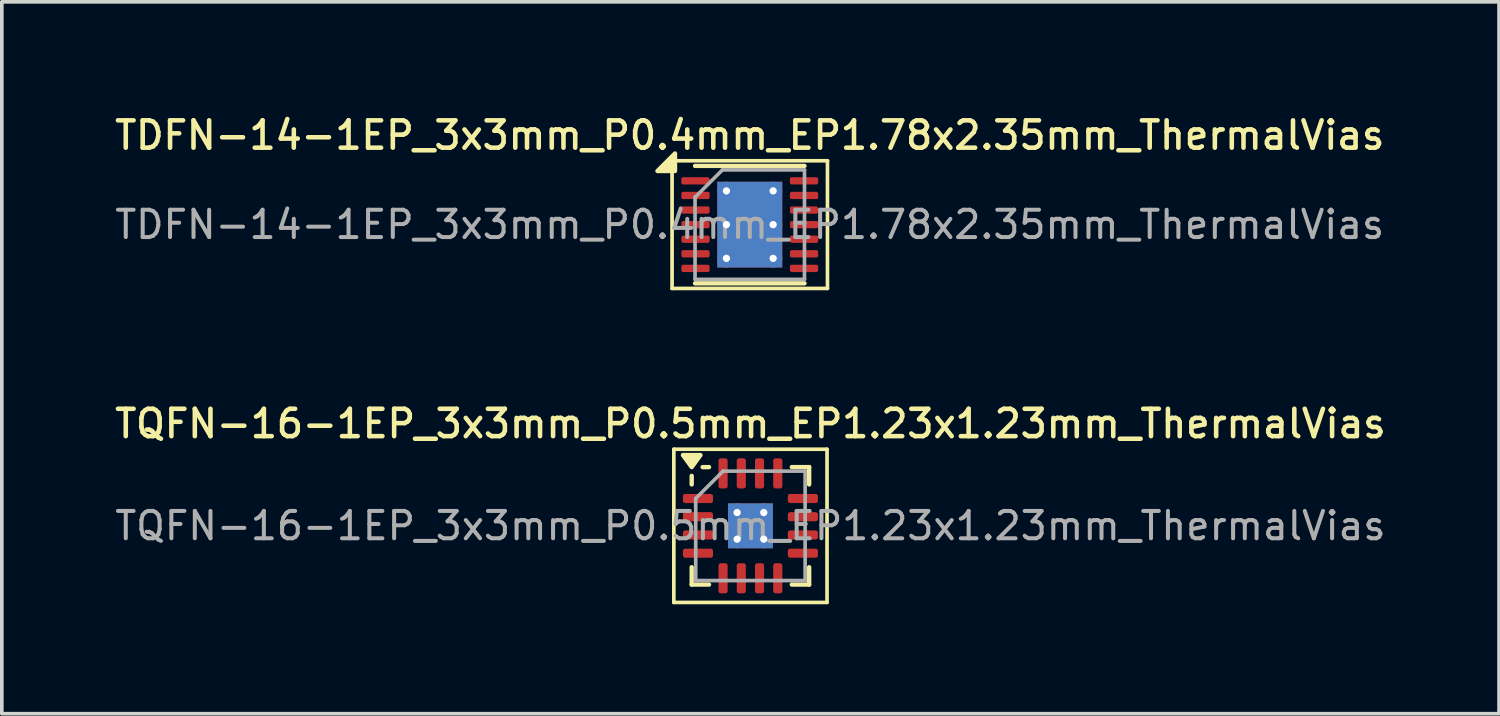
<source format=kicad_pcb>
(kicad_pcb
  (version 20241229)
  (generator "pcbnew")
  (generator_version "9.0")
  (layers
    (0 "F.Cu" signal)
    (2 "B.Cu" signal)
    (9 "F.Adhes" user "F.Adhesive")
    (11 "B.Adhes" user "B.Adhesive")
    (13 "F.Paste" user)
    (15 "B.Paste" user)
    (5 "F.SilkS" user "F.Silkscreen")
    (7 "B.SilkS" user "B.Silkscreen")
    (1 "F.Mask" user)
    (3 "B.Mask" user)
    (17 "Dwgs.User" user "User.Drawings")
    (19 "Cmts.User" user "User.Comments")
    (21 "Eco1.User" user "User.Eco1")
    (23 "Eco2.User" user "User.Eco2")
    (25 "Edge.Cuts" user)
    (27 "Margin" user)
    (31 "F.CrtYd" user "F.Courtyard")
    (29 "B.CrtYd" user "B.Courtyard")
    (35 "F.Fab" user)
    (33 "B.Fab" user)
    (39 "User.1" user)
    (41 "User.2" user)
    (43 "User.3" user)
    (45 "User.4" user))
  (footprint "TQFN-16-1EP_3x3mm_P0.5mm_EP1.23x1.23mm_ThermalVias"
    (layer "F.Cu")
    (at 17.523 11.366)
    (property "Reference" "TQFN-16-1EP_3x3mm_P0.5mm_EP1.23x1.23mm_ThermalVias" (at 0 -2.8 0) (layer "F.SilkS") (effects (font (size 0.75 0.75) (thickness 0.125))))
    (attr smd)
    (fp_line (start -2.1 -2.1) (end -2.1 2.1) (stroke (width 0.1) (type solid)) (layer "F.SilkS"))
    (fp_line (start -2.1 2.1) (end 2.1 2.1) (stroke (width 0.1) (type solid)) (layer "F.SilkS"))
    (fp_line (start -1.61 -1.135) (end -1.61 -1.37) (stroke (width 0.12) (type solid)) (layer "F.SilkS"))
    (fp_line (start -1.61 1.61) (end -1.61 1.135) (stroke (width 0.12) (type solid)) (layer "F.SilkS"))
    (fp_line (start -1.135 -1.61) (end -1.31 -1.61) (stroke (width 0.12) (type solid)) (layer "F.SilkS"))
    (fp_line (start -1.135 1.61) (end -1.61 1.61) (stroke (width 0.12) (type solid)) (layer "F.SilkS"))
    (fp_line (start 1.135 -1.61) (end 1.61 -1.61) (stroke (width 0.12) (type solid)) (layer "F.SilkS"))
    (fp_line (start 1.135 1.61) (end 1.61 1.61) (stroke (width 0.12) (type solid)) (layer "F.SilkS"))
    (fp_line (start 1.61 -1.61) (end 1.61 -1.135) (stroke (width 0.12) (type solid)) (layer "F.SilkS"))
    (fp_line (start 1.61 1.61) (end 1.61 1.135) (stroke (width 0.12) (type solid)) (layer "F.SilkS"))
    (fp_line (start 2.1 -2.1) (end -2.1 -2.1) (stroke (width 0.1) (type solid)) (layer "F.SilkS"))
    (fp_line (start 2.1 2.1) (end 2.1 -2.1) (stroke (width 0.1) (type solid)) (layer "F.SilkS"))
    (fp_poly (pts (xy -1.61 -1.61) (xy -1.85 -1.94) (xy -1.37 -1.94) (xy -1.61 -1.61)) (stroke (width 0.12) (type solid)) (fill yes) (layer "F.SilkS"))
    (fp_line (start -1.5 -0.75) (end -0.75 -1.5) (stroke (width 0.1) (type solid)) (layer "F.Fab"))
    (fp_line (start -1.5 1.5) (end -1.5 -0.75) (stroke (width 0.1) (type solid)) (layer "F.Fab"))
    (fp_line (start -0.75 -1.5) (end 1.5 -1.5) (stroke (width 0.1) (type solid)) (layer "F.Fab"))
    (fp_line (start 1.5 -1.5) (end 1.5 1.5) (stroke (width 0.1) (type solid)) (layer "F.Fab"))
    (fp_line (start 1.5 1.5) (end -1.5 1.5) (stroke (width 0.1) (type solid)) (layer "F.Fab"))
    (fp_text user "${REFERENCE}" (at 0 0 0) (layer "F.Fab") (effects (font (size 0.75 0.75) (thickness 0.11))))
    (pad "" smd roundrect (at -0.31 -0.31) (size 0.53 0.53) (layers "F.Paste") (roundrect_rratio 0.25))
    (pad "" smd roundrect (at -0.31 0.31) (size 0.53 0.53) (layers "F.Paste") (roundrect_rratio 0.25))
    (pad "" smd roundrect (at 0.31 -0.31) (size 0.53 0.53) (layers "F.Paste") (roundrect_rratio 0.25))
    (pad "" smd roundrect (at 0.31 0.31) (size 0.53 0.53) (layers "F.Paste") (roundrect_rratio 0.25))
    (pad "1" smd roundrect (at -1.438 -0.75) (size 0.825 0.25) (layers "F.Cu" "F.Mask" "F.Paste") (roundrect_rratio 0.25))
    (pad "2" smd roundrect (at -1.438 -0.25) (size 0.825 0.25) (layers "F.Cu" "F.Mask" "F.Paste") (roundrect_rratio 0.25))
    (pad "3" smd roundrect (at -1.438 0.25) (size 0.825 0.25) (layers "F.Cu" "F.Mask" "F.Paste") (roundrect_rratio 0.25))
    (pad "4" smd roundrect (at -1.438 0.75) (size 0.825 0.25) (layers "F.Cu" "F.Mask" "F.Paste") (roundrect_rratio 0.25))
    (pad "5" smd roundrect (at -0.75 1.438) (size 0.25 0.825) (layers "F.Cu" "F.Mask" "F.Paste") (roundrect_rratio 0.25))
    (pad "6" smd roundrect (at -0.25 1.438) (size 0.25 0.825) (layers "F.Cu" "F.Mask" "F.Paste") (roundrect_rratio 0.25))
    (pad "7" smd roundrect (at 0.25 1.438) (size 0.25 0.825) (layers "F.Cu" "F.Mask" "F.Paste") (roundrect_rratio 0.25))
    (pad "8" smd roundrect (at 0.75 1.438) (size 0.25 0.825) (layers "F.Cu" "F.Mask" "F.Paste") (roundrect_rratio 0.25))
    (pad "9" smd roundrect (at 1.438 0.75) (size 0.825 0.25) (layers "F.Cu" "F.Mask" "F.Paste") (roundrect_rratio 0.25))
    (pad "10" smd roundrect (at 1.438 0.25) (size 0.825 0.25) (layers "F.Cu" "F.Mask" "F.Paste") (roundrect_rratio 0.25))
    (pad "11" smd roundrect (at 1.438 -0.25) (size 0.825 0.25) (layers "F.Cu" "F.Mask" "F.Paste") (roundrect_rratio 0.25))
    (pad "12" smd roundrect (at 1.438 -0.75) (size 0.825 0.25) (layers "F.Cu" "F.Mask" "F.Paste") (roundrect_rratio 0.25))
    (pad "13" smd roundrect (at 0.75 -1.438) (size 0.25 0.825) (layers "F.Cu" "F.Mask" "F.Paste") (roundrect_rratio 0.25))
    (pad "14" smd roundrect (at 0.25 -1.438) (size 0.25 0.825) (layers "F.Cu" "F.Mask" "F.Paste") (roundrect_rratio 0.25))
    (pad "15" smd roundrect (at -0.25 -1.438) (size 0.25 0.825) (layers "F.Cu" "F.Mask" "F.Paste") (roundrect_rratio 0.25))
    (pad "16" smd roundrect (at -0.75 -1.438) (size 0.25 0.825) (layers "F.Cu" "F.Mask" "F.Paste") (roundrect_rratio 0.25))
    (pad "17" thru_hole circle (at -0.365 -0.365) (size 0.5 0.5) (drill 0.2) (property pad_prop_heatsink) (layers "*.Cu"))
    (pad "17" thru_hole circle (at -0.365 0.365) (size 0.5 0.5) (drill 0.2) (property pad_prop_heatsink) (layers "*.Cu"))
    (pad "17" smd rect (at 0 0) (size 1.23 1.23) (property pad_prop_heatsink) (layers "F.Cu" "F.Mask"))
    (pad "17" smd rect (at 0 0) (size 1.23 1.23) (property pad_prop_heatsink) (layers "B.Cu"))
    (pad "17" thru_hole circle (at 0.365 -0.365) (size 0.5 0.5) (drill 0.2) (property pad_prop_heatsink) (layers "*.Cu"))
    (pad "17" thru_hole circle (at 0.365 0.365) (size 0.5 0.5) (drill 0.2) (property pad_prop_heatsink) (layers "*.Cu")))
  (footprint "TDFN-14-1EP_3x3mm_P0.4mm_EP1.78x2.35mm_ThermalVias"
    (layer "F.Cu")
    (at 17.505 3.108)
    (property "Reference" "TDFN-14-1EP_3x3mm_P0.4mm_EP1.78x2.35mm_ThermalVias" (at 0 -2.45 0) (layer "F.SilkS") (effects (font (size 0.75 0.75) (thickness 0.125))))
    (attr smd)
    (fp_line (start -2.13 -1.75) (end -2.13 1.75) (stroke (width 0.1) (type solid)) (layer "F.SilkS"))
    (fp_line (start -2.13 1.75) (end 2.13 1.75) (stroke (width 0.1) (type solid)) (layer "F.SilkS"))
    (fp_line (start -1.5 -1.61) (end 1.5 -1.61) (stroke (width 0.12) (type solid)) (layer "F.SilkS"))
    (fp_line (start -1.5 1.61) (end 1.5 1.61) (stroke (width 0.12) (type solid)) (layer "F.SilkS"))
    (fp_line (start 2.13 -1.75) (end -2.13 -1.75) (stroke (width 0.1) (type solid)) (layer "F.SilkS"))
    (fp_line (start 2.13 1.75) (end 2.13 -1.75) (stroke (width 0.1) (type solid)) (layer "F.SilkS"))
    (fp_poly (pts (xy -2.05 -1.47) (xy -2.53 -1.47) (xy -2.05 -1.95) (xy -2.05 -1.47)) (stroke (width 0.12) (type solid)) (fill yes) (layer "F.SilkS"))
    (fp_line (start -1.5 -0.75) (end -0.75 -1.5) (stroke (width 0.1) (type solid)) (layer "F.Fab"))
    (fp_line (start -1.5 1.5) (end -1.5 -0.75) (stroke (width 0.1) (type solid)) (layer "F.Fab"))
    (fp_line (start -0.75 -1.5) (end 1.5 -1.5) (stroke (width 0.1) (type solid)) (layer "F.Fab"))
    (fp_line (start 1.5 -1.5) (end 1.5 1.5) (stroke (width 0.1) (type solid)) (layer "F.Fab"))
    (fp_line (start 1.5 1.5) (end -1.5 1.5) (stroke (width 0.1) (type solid)) (layer "F.Fab"))
    (fp_text user "${REFERENCE}" (at 0 0 0) (layer "F.Fab") (effects (font (size 0.75 0.75) (thickness 0.11))))
    (pad "" smd roundrect (at -0.445 -0.59) (size 0.77 1.02) (layers "F.Paste") (roundrect_rratio 0.25))
    (pad "" smd roundrect (at -0.445 0.59) (size 0.77 1.02) (layers "F.Paste") (roundrect_rratio 0.25))
    (pad "" smd roundrect (at 0.445 -0.59) (size 0.77 1.02) (layers "F.Paste") (roundrect_rratio 0.25))
    (pad "" smd roundrect (at 0.445 0.59) (size 0.77 1.02) (layers "F.Paste") (roundrect_rratio 0.25))
    (pad "1" smd roundrect (at -1.488 -1.2) (size 0.775 0.2) (layers "F.Cu" "F.Mask" "F.Paste") (roundrect_rratio 0.25))
    (pad "2" smd roundrect (at -1.488 -0.8) (size 0.775 0.2) (layers "F.Cu" "F.Mask" "F.Paste") (roundrect_rratio 0.25))
    (pad "3" smd roundrect (at -1.488 -0.4) (size 0.775 0.2) (layers "F.Cu" "F.Mask" "F.Paste") (roundrect_rratio 0.25))
    (pad "4" smd roundrect (at -1.488 0) (size 0.775 0.2) (layers "F.Cu" "F.Mask" "F.Paste") (roundrect_rratio 0.25))
    (pad "5" smd roundrect (at -1.488 0.4) (size 0.775 0.2) (layers "F.Cu" "F.Mask" "F.Paste") (roundrect_rratio 0.25))
    (pad "6" smd roundrect (at -1.488 0.8) (size 0.775 0.2) (layers "F.Cu" "F.Mask" "F.Paste") (roundrect_rratio 0.25))
    (pad "7" smd roundrect (at -1.488 1.2) (size 0.775 0.2) (layers "F.Cu" "F.Mask" "F.Paste") (roundrect_rratio 0.25))
    (pad "8" smd roundrect (at 1.488 1.2) (size 0.775 0.2) (layers "F.Cu" "F.Mask" "F.Paste") (roundrect_rratio 0.25))
    (pad "9" smd roundrect (at 1.488 0.8) (size 0.775 0.2) (layers "F.Cu" "F.Mask" "F.Paste") (roundrect_rratio 0.25))
    (pad "10" smd roundrect (at 1.488 0.4) (size 0.775 0.2) (layers "F.Cu" "F.Mask" "F.Paste") (roundrect_rratio 0.25))
    (pad "11" smd roundrect (at 1.488 0) (size 0.775 0.2) (layers "F.Cu" "F.Mask" "F.Paste") (roundrect_rratio 0.25))
    (pad "12" smd roundrect (at 1.488 -0.4) (size 0.775 0.2) (layers "F.Cu" "F.Mask" "F.Paste") (roundrect_rratio 0.25))
    (pad "13" smd roundrect (at 1.488 -0.8) (size 0.775 0.2) (layers "F.Cu" "F.Mask" "F.Paste") (roundrect_rratio 0.25))
    (pad "14" smd roundrect (at 1.488 -1.2) (size 0.775 0.2) (layers "F.Cu" "F.Mask" "F.Paste") (roundrect_rratio 0.25))
    (pad "15" thru_hole circle (at -0.64 -0.925) (size 0.5 0.5) (drill 0.2) (property pad_prop_heatsink) (layers "*.Cu"))
    (pad "15" thru_hole circle (at -0.64 0) (size 0.5 0.5) (drill 0.2) (property pad_prop_heatsink) (layers "*.Cu"))
    (pad "15" thru_hole circle (at -0.64 0.925) (size 0.5 0.5) (drill 0.2) (property pad_prop_heatsink) (layers "*.Cu"))
    (pad "15" smd rect (at 0 0) (size 1.78 2.35) (property pad_prop_heatsink) (layers "F.Cu" "F.Mask"))
    (pad "15" smd rect (at 0 0) (size 1.78 2.35) (property pad_prop_heatsink) (layers "B.Cu"))
    (pad "15" thru_hole circle (at 0.64 -0.925) (size 0.5 0.5) (drill 0.2) (property pad_prop_heatsink) (layers "*.Cu"))
    (pad "15" thru_hole circle (at 0.64 0) (size 0.5 0.5) (drill 0.2) (property pad_prop_heatsink) (layers "*.Cu"))
    (pad "15" thru_hole circle (at 0.64 0.925) (size 0.5 0.5) (drill 0.2) (property pad_prop_heatsink) (layers "*.Cu")))
  (gr_rect
    (start -3 -3)
    (end 38.046 16.516)
    (stroke (width 0.1) (type default))
    (fill no)
    (layer "Edge.Cuts")))
</source>
